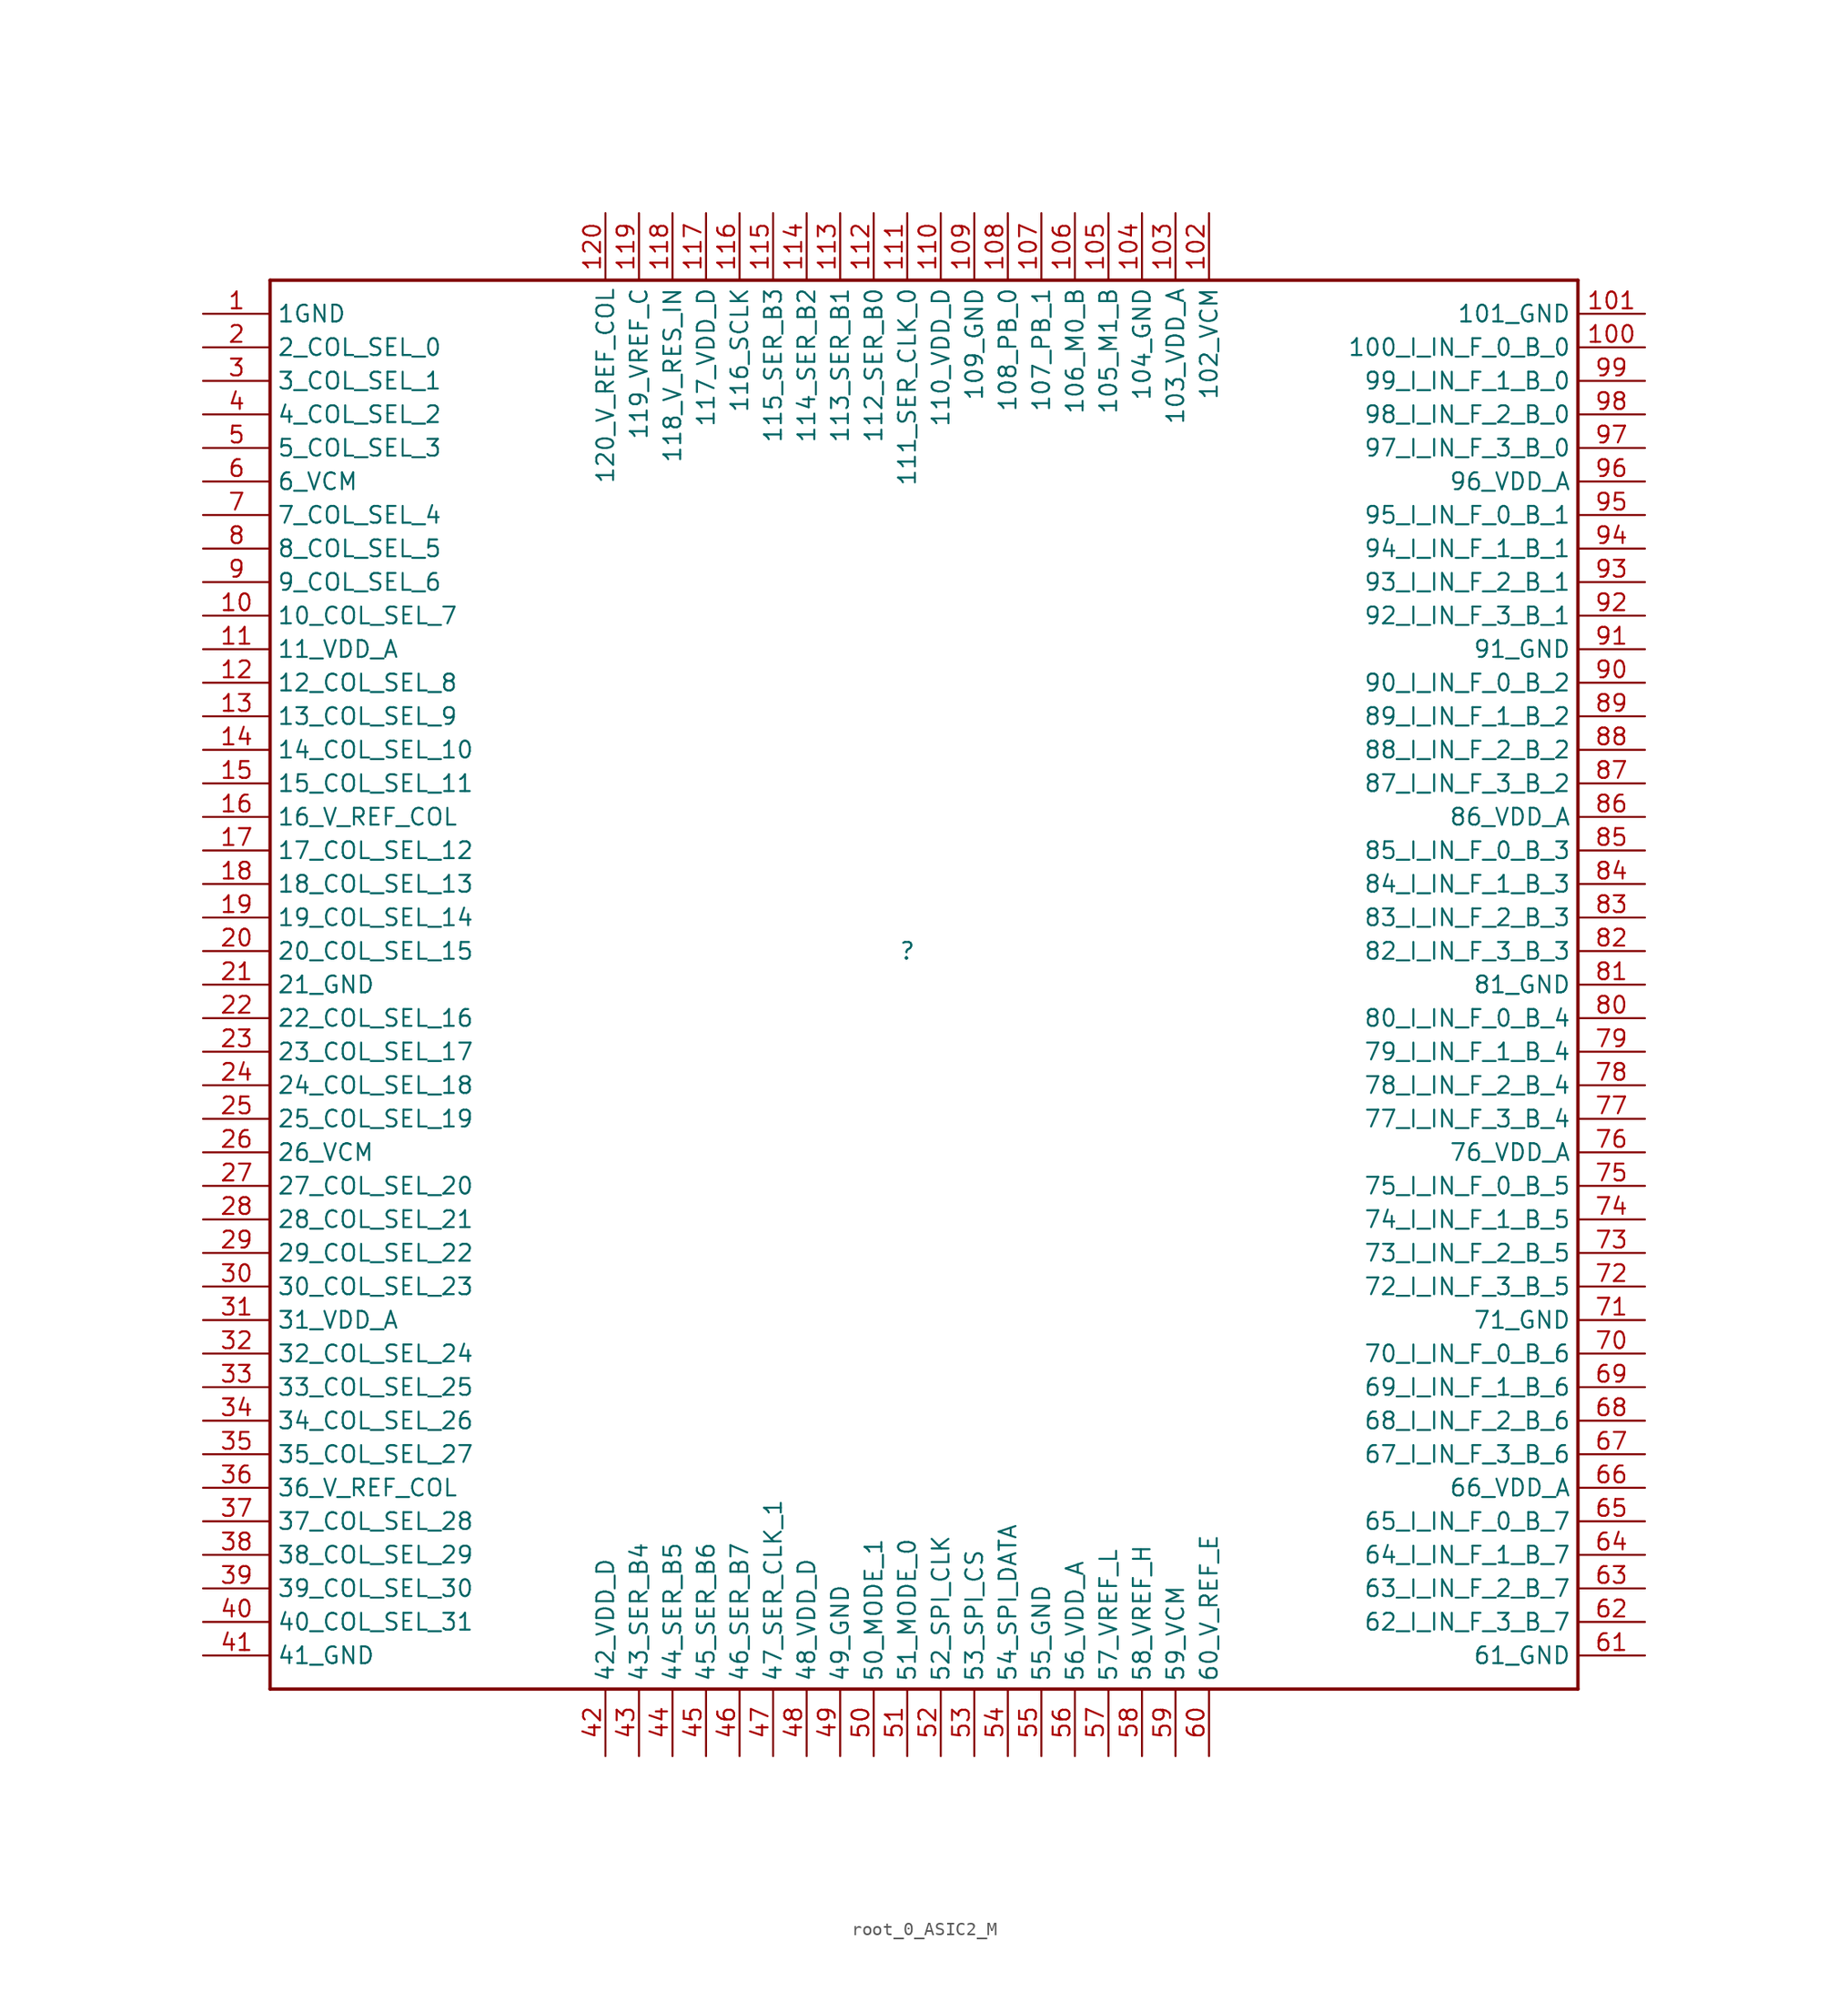
<source format=kicad_sym>
(kicad_symbol_lib
  (version 20220914)
  (generator kicad_symbol_editor)
  (symbol "root_0_ASIC2_M"
    (property "Reference" ""
      (at 0 0 0)
      (effects (font (size 1.27 1.27))))
    (property "Value" ""
      (at 0 0 0)
      (effects (font (size 1.27 1.27))))
    (symbol "root_0_ASIC2_M_1_0"
      (polyline (pts (xy -48.26 -55.88) (xy -48.26 50.8)) (stroke (width 0.254) (type solid) (color 128 0 0 1)) (fill (type none)))
      (polyline (pts (xy -48.26 50.8) (xy 50.8 50.8)) (stroke (width 0.254) (type solid) (color 128 0 0 1)) (fill (type none)))
      (polyline (pts (xy 50.8 -55.88) (xy -48.26 -55.88)) (stroke (width 0.254) (type solid) (color 128 0 0 1)) (fill (type none)))
      (polyline (pts (xy 50.8 50.8) (xy 50.8 -55.88)) (stroke (width 0.254) (type solid) (color 128 0 0 1)) (fill (type none)))
      (pin passive line (at -53.34 48.26 0) (length 5.08) (name "1GND" (effects (font (size 1.27 1.27)))) (number "1" (effects (font (size 1.27 1.27)))))
      (pin passive line (at -53.34 25.4 0) (length 5.08) (name "10_COL_SEL_7" (effects (font (size 1.27 1.27)))) (number "10" (effects (font (size 1.27 1.27)))))
      (pin passive line (at 55.88 45.72 180) (length 5.08) (name "100_I_IN_F_0_B_0" (effects (font (size 1.27 1.27)))) (number "100" (effects (font (size 1.27 1.27)))))
      (pin passive line (at 55.88 48.26 180) (length 5.08) (name "101_GND" (effects (font (size 1.27 1.27)))) (number "101" (effects (font (size 1.27 1.27)))))
      (pin passive line (at 22.86 55.88 270) (length 5.08) (name "102_VCM" (effects (font (size 1.27 1.27)))) (number "102" (effects (font (size 1.27 1.27)))))
      (pin passive line (at 20.32 55.88 270) (length 5.08) (name "103_VDD_A" (effects (font (size 1.27 1.27)))) (number "103" (effects (font (size 1.27 1.27)))))
      (pin passive line (at 17.78 55.88 270) (length 5.08) (name "104_GND" (effects (font (size 1.27 1.27)))) (number "104" (effects (font (size 1.27 1.27)))))
      (pin passive line (at 15.24 55.88 270) (length 5.08) (name "105_M1_B" (effects (font (size 1.27 1.27)))) (number "105" (effects (font (size 1.27 1.27)))))
      (pin passive line (at 12.7 55.88 270) (length 5.08) (name "106_M0_B" (effects (font (size 1.27 1.27)))) (number "106" (effects (font (size 1.27 1.27)))))
      (pin passive line (at 10.16 55.88 270) (length 5.08) (name "107_PB_1" (effects (font (size 1.27 1.27)))) (number "107" (effects (font (size 1.27 1.27)))))
      (pin passive line (at 7.62 55.88 270) (length 5.08) (name "108_PB_0" (effects (font (size 1.27 1.27)))) (number "108" (effects (font (size 1.27 1.27)))))
      (pin passive line (at 5.08 55.88 270) (length 5.08) (name "109_GND" (effects (font (size 1.27 1.27)))) (number "109" (effects (font (size 1.27 1.27)))))
      (pin passive line (at -53.34 22.86 0) (length 5.08) (name "11_VDD_A" (effects (font (size 1.27 1.27)))) (number "11" (effects (font (size 1.27 1.27)))))
      (pin passive line (at 2.54 55.88 270) (length 5.08) (name "110_VDD_D" (effects (font (size 1.27 1.27)))) (number "110" (effects (font (size 1.27 1.27)))))
      (pin passive line (at 0 55.88 270) (length 5.08) (name "111_SER_CLK_0" (effects (font (size 1.27 1.27)))) (number "111" (effects (font (size 1.27 1.27)))))
      (pin passive line (at -2.54 55.88 270) (length 5.08) (name "112_SER_B0" (effects (font (size 1.27 1.27)))) (number "112" (effects (font (size 1.27 1.27)))))
      (pin passive line (at -5.08 55.88 270) (length 5.08) (name "113_SER_B1" (effects (font (size 1.27 1.27)))) (number "113" (effects (font (size 1.27 1.27)))))
      (pin passive line (at -7.62 55.88 270) (length 5.08) (name "114_SER_B2" (effects (font (size 1.27 1.27)))) (number "114" (effects (font (size 1.27 1.27)))))
      (pin passive line (at -10.16 55.88 270) (length 5.08) (name "115_SER_B3" (effects (font (size 1.27 1.27)))) (number "115" (effects (font (size 1.27 1.27)))))
      (pin passive line (at -12.7 55.88 270) (length 5.08) (name "116_SCLK" (effects (font (size 1.27 1.27)))) (number "116" (effects (font (size 1.27 1.27)))))
      (pin passive line (at -15.24 55.88 270) (length 5.08) (name "117_VDD_D" (effects (font (size 1.27 1.27)))) (number "117" (effects (font (size 1.27 1.27)))))
      (pin passive line (at -17.78 55.88 270) (length 5.08) (name "118_V_RES_IN" (effects (font (size 1.27 1.27)))) (number "118" (effects (font (size 1.27 1.27)))))
      (pin passive line (at -20.32 55.88 270) (length 5.08) (name "119_VREF_C" (effects (font (size 1.27 1.27)))) (number "119" (effects (font (size 1.27 1.27)))))
      (pin passive line (at -53.34 20.32 0) (length 5.08) (name "12_COL_SEL_8" (effects (font (size 1.27 1.27)))) (number "12" (effects (font (size 1.27 1.27)))))
      (pin passive line (at -22.86 55.88 270) (length 5.08) (name "120_V_REF_COL" (effects (font (size 1.27 1.27)))) (number "120" (effects (font (size 1.27 1.27)))))
      (pin passive line (at -53.34 17.78 0) (length 5.08) (name "13_COL_SEL_9" (effects (font (size 1.27 1.27)))) (number "13" (effects (font (size 1.27 1.27)))))
      (pin passive line (at -53.34 15.24 0) (length 5.08) (name "14_COL_SEL_10" (effects (font (size 1.27 1.27)))) (number "14" (effects (font (size 1.27 1.27)))))
      (pin passive line (at -53.34 12.7 0) (length 5.08) (name "15_COL_SEL_11" (effects (font (size 1.27 1.27)))) (number "15" (effects (font (size 1.27 1.27)))))
      (pin passive line (at -53.34 10.16 0) (length 5.08) (name "16_V_REF_COL" (effects (font (size 1.27 1.27)))) (number "16" (effects (font (size 1.27 1.27)))))
      (pin passive line (at -53.34 7.62 0) (length 5.08) (name "17_COL_SEL_12" (effects (font (size 1.27 1.27)))) (number "17" (effects (font (size 1.27 1.27)))))
      (pin passive line (at -53.34 5.08 0) (length 5.08) (name "18_COL_SEL_13" (effects (font (size 1.27 1.27)))) (number "18" (effects (font (size 1.27 1.27)))))
      (pin passive line (at -53.34 2.54 0) (length 5.08) (name "19_COL_SEL_14" (effects (font (size 1.27 1.27)))) (number "19" (effects (font (size 1.27 1.27)))))
      (pin passive line (at -53.34 45.72 0) (length 5.08) (name "2_COL_SEL_0" (effects (font (size 1.27 1.27)))) (number "2" (effects (font (size 1.27 1.27)))))
      (pin passive line (at -53.34 0 0) (length 5.08) (name "20_COL_SEL_15" (effects (font (size 1.27 1.27)))) (number "20" (effects (font (size 1.27 1.27)))))
      (pin passive line (at -53.34 -2.54 0) (length 5.08) (name "21_GND" (effects (font (size 1.27 1.27)))) (number "21" (effects (font (size 1.27 1.27)))))
      (pin passive line (at -53.34 -5.08 0) (length 5.08) (name "22_COL_SEL_16" (effects (font (size 1.27 1.27)))) (number "22" (effects (font (size 1.27 1.27)))))
      (pin passive line (at -53.34 -7.62 0) (length 5.08) (name "23_COL_SEL_17" (effects (font (size 1.27 1.27)))) (number "23" (effects (font (size 1.27 1.27)))))
      (pin passive line (at -53.34 -10.16 0) (length 5.08) (name "24_COL_SEL_18" (effects (font (size 1.27 1.27)))) (number "24" (effects (font (size 1.27 1.27)))))
      (pin passive line (at -53.34 -12.7 0) (length 5.08) (name "25_COL_SEL_19" (effects (font (size 1.27 1.27)))) (number "25" (effects (font (size 1.27 1.27)))))
      (pin passive line (at -53.34 -15.24 0) (length 5.08) (name "26_VCM" (effects (font (size 1.27 1.27)))) (number "26" (effects (font (size 1.27 1.27)))))
      (pin passive line (at -53.34 -17.78 0) (length 5.08) (name "27_COL_SEL_20" (effects (font (size 1.27 1.27)))) (number "27" (effects (font (size 1.27 1.27)))))
      (pin passive line (at -53.34 -20.32 0) (length 5.08) (name "28_COL_SEL_21" (effects (font (size 1.27 1.27)))) (number "28" (effects (font (size 1.27 1.27)))))
      (pin passive line (at -53.34 -22.86 0) (length 5.08) (name "29_COL_SEL_22" (effects (font (size 1.27 1.27)))) (number "29" (effects (font (size 1.27 1.27)))))
      (pin passive line (at -53.34 43.18 0) (length 5.08) (name "3_COL_SEL_1" (effects (font (size 1.27 1.27)))) (number "3" (effects (font (size 1.27 1.27)))))
      (pin passive line (at -53.34 -25.4 0) (length 5.08) (name "30_COL_SEL_23" (effects (font (size 1.27 1.27)))) (number "30" (effects (font (size 1.27 1.27)))))
      (pin passive line (at -53.34 -27.94 0) (length 5.08) (name "31_VDD_A" (effects (font (size 1.27 1.27)))) (number "31" (effects (font (size 1.27 1.27)))))
      (pin passive line (at -53.34 -30.48 0) (length 5.08) (name "32_COL_SEL_24" (effects (font (size 1.27 1.27)))) (number "32" (effects (font (size 1.27 1.27)))))
      (pin passive line (at -53.34 -33.02 0) (length 5.08) (name "33_COL_SEL_25" (effects (font (size 1.27 1.27)))) (number "33" (effects (font (size 1.27 1.27)))))
      (pin passive line (at -53.34 -35.56 0) (length 5.08) (name "34_COL_SEL_26" (effects (font (size 1.27 1.27)))) (number "34" (effects (font (size 1.27 1.27)))))
      (pin passive line (at -53.34 -38.1 0) (length 5.08) (name "35_COL_SEL_27" (effects (font (size 1.27 1.27)))) (number "35" (effects (font (size 1.27 1.27)))))
      (pin passive line (at -53.34 -40.64 0) (length 5.08) (name "36_V_REF_COL" (effects (font (size 1.27 1.27)))) (number "36" (effects (font (size 1.27 1.27)))))
      (pin passive line (at -53.34 -43.18 0) (length 5.08) (name "37_COL_SEL_28" (effects (font (size 1.27 1.27)))) (number "37" (effects (font (size 1.27 1.27)))))
      (pin passive line (at -53.34 -45.72 0) (length 5.08) (name "38_COL_SEL_29" (effects (font (size 1.27 1.27)))) (number "38" (effects (font (size 1.27 1.27)))))
      (pin passive line (at -53.34 -48.26 0) (length 5.08) (name "39_COL_SEL_30" (effects (font (size 1.27 1.27)))) (number "39" (effects (font (size 1.27 1.27)))))
      (pin passive line (at -53.34 40.64 0) (length 5.08) (name "4_COL_SEL_2" (effects (font (size 1.27 1.27)))) (number "4" (effects (font (size 1.27 1.27)))))
      (pin passive line (at -53.34 -50.8 0) (length 5.08) (name "40_COL_SEL_31" (effects (font (size 1.27 1.27)))) (number "40" (effects (font (size 1.27 1.27)))))
      (pin passive line (at -53.34 -53.34 0) (length 5.08) (name "41_GND" (effects (font (size 1.27 1.27)))) (number "41" (effects (font (size 1.27 1.27)))))
      (pin passive line (at -22.86 -60.96 90) (length 5.08) (name "42_VDD_D" (effects (font (size 1.27 1.27)))) (number "42" (effects (font (size 1.27 1.27)))))
      (pin passive line (at -20.32 -60.96 90) (length 5.08) (name "43_SER_B4" (effects (font (size 1.27 1.27)))) (number "43" (effects (font (size 1.27 1.27)))))
      (pin passive line (at -17.78 -60.96 90) (length 5.08) (name "44_SER_B5" (effects (font (size 1.27 1.27)))) (number "44" (effects (font (size 1.27 1.27)))))
      (pin passive line (at -15.24 -60.96 90) (length 5.08) (name "45_SER_B6" (effects (font (size 1.27 1.27)))) (number "45" (effects (font (size 1.27 1.27)))))
      (pin passive line (at -12.7 -60.96 90) (length 5.08) (name "46_SER_B7" (effects (font (size 1.27 1.27)))) (number "46" (effects (font (size 1.27 1.27)))))
      (pin passive line (at -10.16 -60.96 90) (length 5.08) (name "47_SER_CLK_1" (effects (font (size 1.27 1.27)))) (number "47" (effects (font (size 1.27 1.27)))))
      (pin passive line (at -7.62 -60.96 90) (length 5.08) (name "48_VDD_D" (effects (font (size 1.27 1.27)))) (number "48" (effects (font (size 1.27 1.27)))))
      (pin passive line (at -5.08 -60.96 90) (length 5.08) (name "49_GND" (effects (font (size 1.27 1.27)))) (number "49" (effects (font (size 1.27 1.27)))))
      (pin passive line (at -53.34 38.1 0) (length 5.08) (name "5_COL_SEL_3" (effects (font (size 1.27 1.27)))) (number "5" (effects (font (size 1.27 1.27)))))
      (pin passive line (at -2.54 -60.96 90) (length 5.08) (name "50_MODE_1" (effects (font (size 1.27 1.27)))) (number "50" (effects (font (size 1.27 1.27)))))
      (pin passive line (at 0 -60.96 90) (length 5.08) (name "51_MODE_0" (effects (font (size 1.27 1.27)))) (number "51" (effects (font (size 1.27 1.27)))))
      (pin passive line (at 2.54 -60.96 90) (length 5.08) (name "52_SPI_CLK" (effects (font (size 1.27 1.27)))) (number "52" (effects (font (size 1.27 1.27)))))
      (pin passive line (at 5.08 -60.96 90) (length 5.08) (name "53_SPI_CS" (effects (font (size 1.27 1.27)))) (number "53" (effects (font (size 1.27 1.27)))))
      (pin passive line (at 7.62 -60.96 90) (length 5.08) (name "54_SPI_DATA" (effects (font (size 1.27 1.27)))) (number "54" (effects (font (size 1.27 1.27)))))
      (pin passive line (at 10.16 -60.96 90) (length 5.08) (name "55_GND" (effects (font (size 1.27 1.27)))) (number "55" (effects (font (size 1.27 1.27)))))
      (pin passive line (at 12.7 -60.96 90) (length 5.08) (name "56_VDD_A" (effects (font (size 1.27 1.27)))) (number "56" (effects (font (size 1.27 1.27)))))
      (pin passive line (at 15.24 -60.96 90) (length 5.08) (name "57_VREF_L" (effects (font (size 1.27 1.27)))) (number "57" (effects (font (size 1.27 1.27)))))
      (pin passive line (at 17.78 -60.96 90) (length 5.08) (name "58_VREF_H" (effects (font (size 1.27 1.27)))) (number "58" (effects (font (size 1.27 1.27)))))
      (pin passive line (at 20.32 -60.96 90) (length 5.08) (name "59_VCM" (effects (font (size 1.27 1.27)))) (number "59" (effects (font (size 1.27 1.27)))))
      (pin passive line (at -53.34 35.56 0) (length 5.08) (name "6_VCM" (effects (font (size 1.27 1.27)))) (number "6" (effects (font (size 1.27 1.27)))))
      (pin passive line (at 22.86 -60.96 90) (length 5.08) (name "60_V_REF_E" (effects (font (size 1.27 1.27)))) (number "60" (effects (font (size 1.27 1.27)))))
      (pin passive line (at 55.88 -53.34 180) (length 5.08) (name "61_GND" (effects (font (size 1.27 1.27)))) (number "61" (effects (font (size 1.27 1.27)))))
      (pin passive line (at 55.88 -50.8 180) (length 5.08) (name "62_I_IN_F_3_B_7" (effects (font (size 1.27 1.27)))) (number "62" (effects (font (size 1.27 1.27)))))
      (pin passive line (at 55.88 -48.26 180) (length 5.08) (name "63_I_IN_F_2_B_7" (effects (font (size 1.27 1.27)))) (number "63" (effects (font (size 1.27 1.27)))))
      (pin passive line (at 55.88 -45.72 180) (length 5.08) (name "64_I_IN_F_1_B_7" (effects (font (size 1.27 1.27)))) (number "64" (effects (font (size 1.27 1.27)))))
      (pin passive line (at 55.88 -43.18 180) (length 5.08) (name "65_I_IN_F_0_B_7" (effects (font (size 1.27 1.27)))) (number "65" (effects (font (size 1.27 1.27)))))
      (pin passive line (at 55.88 -40.64 180) (length 5.08) (name "66_VDD_A" (effects (font (size 1.27 1.27)))) (number "66" (effects (font (size 1.27 1.27)))))
      (pin passive line (at 55.88 -38.1 180) (length 5.08) (name "67_I_IN_F_3_B_6" (effects (font (size 1.27 1.27)))) (number "67" (effects (font (size 1.27 1.27)))))
      (pin passive line (at 55.88 -35.56 180) (length 5.08) (name "68_I_IN_F_2_B_6" (effects (font (size 1.27 1.27)))) (number "68" (effects (font (size 1.27 1.27)))))
      (pin passive line (at 55.88 -33.02 180) (length 5.08) (name "69_I_IN_F_1_B_6" (effects (font (size 1.27 1.27)))) (number "69" (effects (font (size 1.27 1.27)))))
      (pin passive line (at -53.34 33.02 0) (length 5.08) (name "7_COL_SEL_4" (effects (font (size 1.27 1.27)))) (number "7" (effects (font (size 1.27 1.27)))))
      (pin passive line (at 55.88 -30.48 180) (length 5.08) (name "70_I_IN_F_0_B_6" (effects (font (size 1.27 1.27)))) (number "70" (effects (font (size 1.27 1.27)))))
      (pin passive line (at 55.88 -27.94 180) (length 5.08) (name "71_GND" (effects (font (size 1.27 1.27)))) (number "71" (effects (font (size 1.27 1.27)))))
      (pin passive line (at 55.88 -25.4 180) (length 5.08) (name "72_I_IN_F_3_B_5" (effects (font (size 1.27 1.27)))) (number "72" (effects (font (size 1.27 1.27)))))
      (pin passive line (at 55.88 -22.86 180) (length 5.08) (name "73_I_IN_F_2_B_5" (effects (font (size 1.27 1.27)))) (number "73" (effects (font (size 1.27 1.27)))))
      (pin passive line (at 55.88 -20.32 180) (length 5.08) (name "74_I_IN_F_1_B_5" (effects (font (size 1.27 1.27)))) (number "74" (effects (font (size 1.27 1.27)))))
      (pin passive line (at 55.88 -17.78 180) (length 5.08) (name "75_I_IN_F_0_B_5" (effects (font (size 1.27 1.27)))) (number "75" (effects (font (size 1.27 1.27)))))
      (pin passive line (at 55.88 -15.24 180) (length 5.08) (name "76_VDD_A" (effects (font (size 1.27 1.27)))) (number "76" (effects (font (size 1.27 1.27)))))
      (pin passive line (at 55.88 -12.7 180) (length 5.08) (name "77_I_IN_F_3_B_4" (effects (font (size 1.27 1.27)))) (number "77" (effects (font (size 1.27 1.27)))))
      (pin passive line (at 55.88 -10.16 180) (length 5.08) (name "78_I_IN_F_2_B_4" (effects (font (size 1.27 1.27)))) (number "78" (effects (font (size 1.27 1.27)))))
      (pin passive line (at 55.88 -7.62 180) (length 5.08) (name "79_I_IN_F_1_B_4" (effects (font (size 1.27 1.27)))) (number "79" (effects (font (size 1.27 1.27)))))
      (pin passive line (at -53.34 30.48 0) (length 5.08) (name "8_COL_SEL_5" (effects (font (size 1.27 1.27)))) (number "8" (effects (font (size 1.27 1.27)))))
      (pin passive line (at 55.88 -5.08 180) (length 5.08) (name "80_I_IN_F_0_B_4" (effects (font (size 1.27 1.27)))) (number "80" (effects (font (size 1.27 1.27)))))
      (pin passive line (at 55.88 -2.54 180) (length 5.08) (name "81_GND" (effects (font (size 1.27 1.27)))) (number "81" (effects (font (size 1.27 1.27)))))
      (pin passive line (at 55.88 0 180) (length 5.08) (name "82_I_IN_F_3_B_3" (effects (font (size 1.27 1.27)))) (number "82" (effects (font (size 1.27 1.27)))))
      (pin passive line (at 55.88 2.54 180) (length 5.08) (name "83_I_IN_F_2_B_3" (effects (font (size 1.27 1.27)))) (number "83" (effects (font (size 1.27 1.27)))))
      (pin passive line (at 55.88 5.08 180) (length 5.08) (name "84_I_IN_F_1_B_3" (effects (font (size 1.27 1.27)))) (number "84" (effects (font (size 1.27 1.27)))))
      (pin passive line (at 55.88 7.62 180) (length 5.08) (name "85_I_IN_F_0_B_3" (effects (font (size 1.27 1.27)))) (number "85" (effects (font (size 1.27 1.27)))))
      (pin passive line (at 55.88 10.16 180) (length 5.08) (name "86_VDD_A" (effects (font (size 1.27 1.27)))) (number "86" (effects (font (size 1.27 1.27)))))
      (pin passive line (at 55.88 12.7 180) (length 5.08) (name "87_I_IN_F_3_B_2" (effects (font (size 1.27 1.27)))) (number "87" (effects (font (size 1.27 1.27)))))
      (pin passive line (at 55.88 15.24 180) (length 5.08) (name "88_I_IN_F_2_B_2" (effects (font (size 1.27 1.27)))) (number "88" (effects (font (size 1.27 1.27)))))
      (pin passive line (at 55.88 17.78 180) (length 5.08) (name "89_I_IN_F_1_B_2" (effects (font (size 1.27 1.27)))) (number "89" (effects (font (size 1.27 1.27)))))
      (pin passive line (at -53.34 27.94 0) (length 5.08) (name "9_COL_SEL_6" (effects (font (size 1.27 1.27)))) (number "9" (effects (font (size 1.27 1.27)))))
      (pin passive line (at 55.88 20.32 180) (length 5.08) (name "90_I_IN_F_0_B_2" (effects (font (size 1.27 1.27)))) (number "90" (effects (font (size 1.27 1.27)))))
      (pin passive line (at 55.88 22.86 180) (length 5.08) (name "91_GND" (effects (font (size 1.27 1.27)))) (number "91" (effects (font (size 1.27 1.27)))))
      (pin passive line (at 55.88 25.4 180) (length 5.08) (name "92_I_IN_F_3_B_1" (effects (font (size 1.27 1.27)))) (number "92" (effects (font (size 1.27 1.27)))))
      (pin passive line (at 55.88 27.94 180) (length 5.08) (name "93_I_IN_F_2_B_1" (effects (font (size 1.27 1.27)))) (number "93" (effects (font (size 1.27 1.27)))))
      (pin passive line (at 55.88 30.48 180) (length 5.08) (name "94_I_IN_F_1_B_1" (effects (font (size 1.27 1.27)))) (number "94" (effects (font (size 1.27 1.27)))))
      (pin passive line (at 55.88 33.02 180) (length 5.08) (name "95_I_IN_F_0_B_1" (effects (font (size 1.27 1.27)))) (number "95" (effects (font (size 1.27 1.27)))))
      (pin passive line (at 55.88 35.56 180) (length 5.08) (name "96_VDD_A" (effects (font (size 1.27 1.27)))) (number "96" (effects (font (size 1.27 1.27)))))
      (pin passive line (at 55.88 38.1 180) (length 5.08) (name "97_I_IN_F_3_B_0" (effects (font (size 1.27 1.27)))) (number "97" (effects (font (size 1.27 1.27)))))
      (pin passive line (at 55.88 40.64 180) (length 5.08) (name "98_I_IN_F_2_B_0" (effects (font (size 1.27 1.27)))) (number "98" (effects (font (size 1.27 1.27)))))
      (pin passive line (at 55.88 43.18 180) (length 5.08) (name "99_I_IN_F_1_B_0" (effects (font (size 1.27 1.27)))) (number "99" (effects (font (size 1.27 1.27))))))))
</source>
